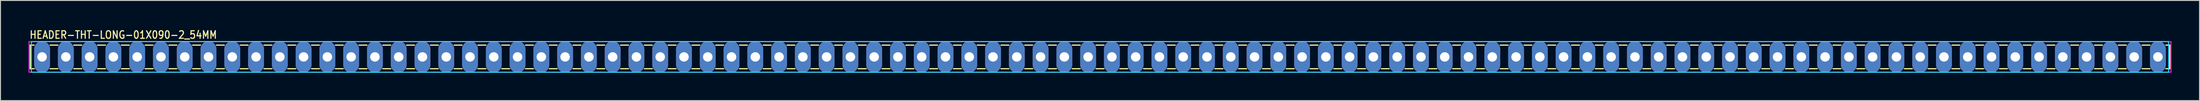
<source format=kicad_pcb>
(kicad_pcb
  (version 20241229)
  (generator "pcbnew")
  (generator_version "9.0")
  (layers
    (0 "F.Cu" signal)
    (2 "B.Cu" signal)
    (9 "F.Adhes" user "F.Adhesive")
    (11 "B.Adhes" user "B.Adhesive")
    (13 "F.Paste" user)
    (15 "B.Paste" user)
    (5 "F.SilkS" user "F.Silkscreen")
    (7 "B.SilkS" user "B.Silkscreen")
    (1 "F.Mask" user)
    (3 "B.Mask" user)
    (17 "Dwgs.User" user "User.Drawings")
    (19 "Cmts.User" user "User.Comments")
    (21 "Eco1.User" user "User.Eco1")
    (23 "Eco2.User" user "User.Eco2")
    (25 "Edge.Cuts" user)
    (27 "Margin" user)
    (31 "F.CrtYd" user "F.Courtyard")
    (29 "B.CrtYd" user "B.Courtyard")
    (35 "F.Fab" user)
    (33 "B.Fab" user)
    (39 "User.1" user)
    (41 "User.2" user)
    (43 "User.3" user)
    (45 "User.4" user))
  (footprint "HEADER-THT-LONG-01X090-2_54MM"
    (layer "F.Cu")
    (at 1.447 3.079)
    (property "Reference" "HEADER-THT-LONG-01X090-2_54MM" (at -1.4 -1.9 0) (unlocked yes) (layer "F.SilkS") (effects (font (size 0.813 0.695) (thickness 0.122)) (justify left bottom)))
    (fp_line (start -1.27 -1.27) (end -1.27 1.27) (stroke (width 0.127) (type solid)) (layer "F.SilkS"))
    (fp_line (start -1.27 1.27) (end -0.85 1.27) (stroke (width 0.127) (type solid)) (layer "F.SilkS"))
    (fp_line (start -0.85 -1.27) (end -1.27 -1.27) (stroke (width 0.127) (type solid)) (layer "F.SilkS"))
    (fp_line (start 0.85 -1.27) (end 1.69 -1.27) (stroke (width 0.127) (type solid)) (layer "F.SilkS"))
    (fp_line (start 0.85 1.27) (end 1.69 1.27) (stroke (width 0.127) (type solid)) (layer "F.SilkS"))
    (fp_line (start 3.39 -1.27) (end 4.23 -1.27) (stroke (width 0.127) (type solid)) (layer "F.SilkS"))
    (fp_line (start 3.39 1.27) (end 4.23 1.27) (stroke (width 0.127) (type solid)) (layer "F.SilkS"))
    (fp_line (start 5.93 -1.27) (end 6.77 -1.27) (stroke (width 0.127) (type solid)) (layer "F.SilkS"))
    (fp_line (start 5.93 1.27) (end 6.77 1.27) (stroke (width 0.127) (type solid)) (layer "F.SilkS"))
    (fp_line (start 8.47 -1.27) (end 9.31 -1.27) (stroke (width 0.127) (type solid)) (layer "F.SilkS"))
    (fp_line (start 8.47 1.27) (end 9.31 1.27) (stroke (width 0.127) (type solid)) (layer "F.SilkS"))
    (fp_line (start 11.01 -1.27) (end 11.85 -1.27) (stroke (width 0.127) (type solid)) (layer "F.SilkS"))
    (fp_line (start 11.01 1.27) (end 11.85 1.27) (stroke (width 0.127) (type solid)) (layer "F.SilkS"))
    (fp_line (start 13.55 -1.27) (end 14.39 -1.27) (stroke (width 0.127) (type solid)) (layer "F.SilkS"))
    (fp_line (start 13.55 1.27) (end 14.39 1.27) (stroke (width 0.127) (type solid)) (layer "F.SilkS"))
    (fp_line (start 16.09 -1.27) (end 16.93 -1.27) (stroke (width 0.127) (type solid)) (layer "F.SilkS"))
    (fp_line (start 16.09 1.27) (end 16.93 1.27) (stroke (width 0.127) (type solid)) (layer "F.SilkS"))
    (fp_line (start 18.63 -1.27) (end 19.47 -1.27) (stroke (width 0.127) (type solid)) (layer "F.SilkS"))
    (fp_line (start 18.63 1.27) (end 19.47 1.27) (stroke (width 0.127) (type solid)) (layer "F.SilkS"))
    (fp_line (start 21.17 -1.27) (end 22.01 -1.27) (stroke (width 0.127) (type solid)) (layer "F.SilkS"))
    (fp_line (start 21.17 1.27) (end 22.01 1.27) (stroke (width 0.127) (type solid)) (layer "F.SilkS"))
    (fp_line (start 23.71 -1.27) (end 24.55 -1.27) (stroke (width 0.127) (type solid)) (layer "F.SilkS"))
    (fp_line (start 23.71 1.27) (end 24.55 1.27) (stroke (width 0.127) (type solid)) (layer "F.SilkS"))
    (fp_line (start 26.25 -1.27) (end 27.09 -1.27) (stroke (width 0.127) (type solid)) (layer "F.SilkS"))
    (fp_line (start 26.25 1.27) (end 27.09 1.27) (stroke (width 0.127) (type solid)) (layer "F.SilkS"))
    (fp_line (start 28.79 -1.27) (end 29.63 -1.27) (stroke (width 0.127) (type solid)) (layer "F.SilkS"))
    (fp_line (start 28.79 1.27) (end 29.63 1.27) (stroke (width 0.127) (type solid)) (layer "F.SilkS"))
    (fp_line (start 31.33 -1.27) (end 32.17 -1.27) (stroke (width 0.127) (type solid)) (layer "F.SilkS"))
    (fp_line (start 31.33 1.27) (end 32.17 1.27) (stroke (width 0.127) (type solid)) (layer "F.SilkS"))
    (fp_line (start 33.87 -1.27) (end 34.71 -1.27) (stroke (width 0.127) (type solid)) (layer "F.SilkS"))
    (fp_line (start 33.87 1.27) (end 34.71 1.27) (stroke (width 0.127) (type solid)) (layer "F.SilkS"))
    (fp_line (start 36.41 -1.27) (end 37.25 -1.27) (stroke (width 0.127) (type solid)) (layer "F.SilkS"))
    (fp_line (start 36.41 1.27) (end 37.25 1.27) (stroke (width 0.127) (type solid)) (layer "F.SilkS"))
    (fp_line (start 38.95 -1.27) (end 39.79 -1.27) (stroke (width 0.127) (type solid)) (layer "F.SilkS"))
    (fp_line (start 38.95 1.27) (end 39.79 1.27) (stroke (width 0.127) (type solid)) (layer "F.SilkS"))
    (fp_line (start 41.49 -1.27) (end 42.33 -1.27) (stroke (width 0.127) (type solid)) (layer "F.SilkS"))
    (fp_line (start 41.49 1.27) (end 42.33 1.27) (stroke (width 0.127) (type solid)) (layer "F.SilkS"))
    (fp_line (start 44.03 -1.27) (end 44.87 -1.27) (stroke (width 0.127) (type solid)) (layer "F.SilkS"))
    (fp_line (start 44.03 1.27) (end 44.87 1.27) (stroke (width 0.127) (type solid)) (layer "F.SilkS"))
    (fp_line (start 46.57 -1.27) (end 47.41 -1.27) (stroke (width 0.127) (type solid)) (layer "F.SilkS"))
    (fp_line (start 46.57 1.27) (end 47.41 1.27) (stroke (width 0.127) (type solid)) (layer "F.SilkS"))
    (fp_line (start 49.11 -1.27) (end 49.95 -1.27) (stroke (width 0.127) (type solid)) (layer "F.SilkS"))
    (fp_line (start 49.11 1.27) (end 49.95 1.27) (stroke (width 0.127) (type solid)) (layer "F.SilkS"))
    (fp_line (start 51.65 -1.27) (end 52.49 -1.27) (stroke (width 0.127) (type solid)) (layer "F.SilkS"))
    (fp_line (start 51.65 1.27) (end 52.49 1.27) (stroke (width 0.127) (type solid)) (layer "F.SilkS"))
    (fp_line (start 54.19 -1.27) (end 55.03 -1.27) (stroke (width 0.127) (type solid)) (layer "F.SilkS"))
    (fp_line (start 54.19 1.27) (end 55.03 1.27) (stroke (width 0.127) (type solid)) (layer "F.SilkS"))
    (fp_line (start 56.73 -1.27) (end 57.57 -1.27) (stroke (width 0.127) (type solid)) (layer "F.SilkS"))
    (fp_line (start 56.73 1.27) (end 57.57 1.27) (stroke (width 0.127) (type solid)) (layer "F.SilkS"))
    (fp_line (start 59.27 -1.27) (end 60.11 -1.27) (stroke (width 0.127) (type solid)) (layer "F.SilkS"))
    (fp_line (start 59.27 1.27) (end 60.11 1.27) (stroke (width 0.127) (type solid)) (layer "F.SilkS"))
    (fp_line (start 61.81 -1.27) (end 62.65 -1.27) (stroke (width 0.127) (type solid)) (layer "F.SilkS"))
    (fp_line (start 61.81 1.27) (end 62.65 1.27) (stroke (width 0.127) (type solid)) (layer "F.SilkS"))
    (fp_line (start 64.35 -1.27) (end 65.19 -1.27) (stroke (width 0.127) (type solid)) (layer "F.SilkS"))
    (fp_line (start 64.35 1.27) (end 65.19 1.27) (stroke (width 0.127) (type solid)) (layer "F.SilkS"))
    (fp_line (start 66.89 -1.27) (end 67.73 -1.27) (stroke (width 0.127) (type solid)) (layer "F.SilkS"))
    (fp_line (start 66.89 1.27) (end 67.73 1.27) (stroke (width 0.127) (type solid)) (layer "F.SilkS"))
    (fp_line (start 69.43 -1.27) (end 70.27 -1.27) (stroke (width 0.127) (type solid)) (layer "F.SilkS"))
    (fp_line (start 69.43 1.27) (end 70.27 1.27) (stroke (width 0.127) (type solid)) (layer "F.SilkS"))
    (fp_line (start 71.97 -1.27) (end 72.81 -1.27) (stroke (width 0.127) (type solid)) (layer "F.SilkS"))
    (fp_line (start 71.97 1.27) (end 72.81 1.27) (stroke (width 0.127) (type solid)) (layer "F.SilkS"))
    (fp_line (start 74.51 -1.27) (end 75.35 -1.27) (stroke (width 0.127) (type solid)) (layer "F.SilkS"))
    (fp_line (start 74.51 1.27) (end 75.35 1.27) (stroke (width 0.127) (type solid)) (layer "F.SilkS"))
    (fp_line (start 77.05 -1.27) (end 77.89 -1.27) (stroke (width 0.127) (type solid)) (layer "F.SilkS"))
    (fp_line (start 77.05 1.27) (end 77.89 1.27) (stroke (width 0.127) (type solid)) (layer "F.SilkS"))
    (fp_line (start 79.59 -1.27) (end 80.43 -1.27) (stroke (width 0.127) (type solid)) (layer "F.SilkS"))
    (fp_line (start 79.59 1.27) (end 80.43 1.27) (stroke (width 0.127) (type solid)) (layer "F.SilkS"))
    (fp_line (start 82.13 -1.27) (end 82.97 -1.27) (stroke (width 0.127) (type solid)) (layer "F.SilkS"))
    (fp_line (start 82.13 1.27) (end 82.97 1.27) (stroke (width 0.127) (type solid)) (layer "F.SilkS"))
    (fp_line (start 84.67 -1.27) (end 85.51 -1.27) (stroke (width 0.127) (type solid)) (layer "F.SilkS"))
    (fp_line (start 84.67 1.27) (end 85.51 1.27) (stroke (width 0.127) (type solid)) (layer "F.SilkS"))
    (fp_line (start 87.21 -1.27) (end 88.05 -1.27) (stroke (width 0.127) (type solid)) (layer "F.SilkS"))
    (fp_line (start 87.21 1.27) (end 88.05 1.27) (stroke (width 0.127) (type solid)) (layer "F.SilkS"))
    (fp_line (start 89.75 -1.27) (end 90.59 -1.27) (stroke (width 0.127) (type solid)) (layer "F.SilkS"))
    (fp_line (start 89.75 1.27) (end 90.59 1.27) (stroke (width 0.127) (type solid)) (layer "F.SilkS"))
    (fp_line (start 92.29 -1.27) (end 93.13 -1.27) (stroke (width 0.127) (type solid)) (layer "F.SilkS"))
    (fp_line (start 92.29 1.27) (end 93.13 1.27) (stroke (width 0.127) (type solid)) (layer "F.SilkS"))
    (fp_line (start 94.83 -1.27) (end 95.67 -1.27) (stroke (width 0.127) (type solid)) (layer "F.SilkS"))
    (fp_line (start 94.83 1.27) (end 95.67 1.27) (stroke (width 0.127) (type solid)) (layer "F.SilkS"))
    (fp_line (start 97.37 -1.27) (end 98.21 -1.27) (stroke (width 0.127) (type solid)) (layer "F.SilkS"))
    (fp_line (start 97.37 1.27) (end 98.21 1.27) (stroke (width 0.127) (type solid)) (layer "F.SilkS"))
    (fp_line (start 99.91 -1.27) (end 100.75 -1.27) (stroke (width 0.127) (type solid)) (layer "F.SilkS"))
    (fp_line (start 99.91 1.27) (end 100.75 1.27) (stroke (width 0.127) (type solid)) (layer "F.SilkS"))
    (fp_line (start 102.45 -1.27) (end 103.29 -1.27) (stroke (width 0.127) (type solid)) (layer "F.SilkS"))
    (fp_line (start 102.45 1.27) (end 103.29 1.27) (stroke (width 0.127) (type solid)) (layer "F.SilkS"))
    (fp_line (start 104.99 -1.27) (end 105.83 -1.27) (stroke (width 0.127) (type solid)) (layer "F.SilkS"))
    (fp_line (start 104.99 1.27) (end 105.83 1.27) (stroke (width 0.127) (type solid)) (layer "F.SilkS"))
    (fp_line (start 107.53 -1.27) (end 108.37 -1.27) (stroke (width 0.127) (type solid)) (layer "F.SilkS"))
    (fp_line (start 107.53 1.27) (end 108.37 1.27) (stroke (width 0.127) (type solid)) (layer "F.SilkS"))
    (fp_line (start 110.07 -1.27) (end 110.91 -1.27) (stroke (width 0.127) (type solid)) (layer "F.SilkS"))
    (fp_line (start 110.07 1.27) (end 110.91 1.27) (stroke (width 0.127) (type solid)) (layer "F.SilkS"))
    (fp_line (start 112.61 -1.27) (end 113.45 -1.27) (stroke (width 0.127) (type solid)) (layer "F.SilkS"))
    (fp_line (start 112.61 1.27) (end 113.45 1.27) (stroke (width 0.127) (type solid)) (layer "F.SilkS"))
    (fp_line (start 115.15 -1.27) (end 115.99 -1.27) (stroke (width 0.127) (type solid)) (layer "F.SilkS"))
    (fp_line (start 115.15 1.27) (end 115.99 1.27) (stroke (width 0.127) (type solid)) (layer "F.SilkS"))
    (fp_line (start 117.69 -1.27) (end 118.53 -1.27) (stroke (width 0.127) (type solid)) (layer "F.SilkS"))
    (fp_line (start 117.69 1.27) (end 118.53 1.27) (stroke (width 0.127) (type solid)) (layer "F.SilkS"))
    (fp_line (start 120.23 -1.27) (end 121.07 -1.27) (stroke (width 0.127) (type solid)) (layer "F.SilkS"))
    (fp_line (start 120.23 1.27) (end 121.07 1.27) (stroke (width 0.127) (type solid)) (layer "F.SilkS"))
    (fp_line (start 122.77 -1.27) (end 123.61 -1.27) (stroke (width 0.127) (type solid)) (layer "F.SilkS"))
    (fp_line (start 122.77 1.27) (end 123.61 1.27) (stroke (width 0.127) (type solid)) (layer "F.SilkS"))
    (fp_line (start 125.31 -1.27) (end 126.15 -1.27) (stroke (width 0.127) (type solid)) (layer "F.SilkS"))
    (fp_line (start 125.31 1.27) (end 126.15 1.27) (stroke (width 0.127) (type solid)) (layer "F.SilkS"))
    (fp_line (start 127.85 -1.27) (end 128.69 -1.27) (stroke (width 0.127) (type solid)) (layer "F.SilkS"))
    (fp_line (start 127.85 1.27) (end 128.69 1.27) (stroke (width 0.127) (type solid)) (layer "F.SilkS"))
    (fp_line (start 130.39 -1.27) (end 131.23 -1.27) (stroke (width 0.127) (type solid)) (layer "F.SilkS"))
    (fp_line (start 130.39 1.27) (end 131.23 1.27) (stroke (width 0.127) (type solid)) (layer "F.SilkS"))
    (fp_line (start 132.93 -1.27) (end 133.77 -1.27) (stroke (width 0.127) (type solid)) (layer "F.SilkS"))
    (fp_line (start 132.93 1.27) (end 133.77 1.27) (stroke (width 0.127) (type solid)) (layer "F.SilkS"))
    (fp_line (start 135.47 -1.27) (end 136.31 -1.27) (stroke (width 0.127) (type solid)) (layer "F.SilkS"))
    (fp_line (start 135.47 1.27) (end 136.31 1.27) (stroke (width 0.127) (type solid)) (layer "F.SilkS"))
    (fp_line (start 138.01 -1.27) (end 138.85 -1.27) (stroke (width 0.127) (type solid)) (layer "F.SilkS"))
    (fp_line (start 138.01 1.27) (end 138.85 1.27) (stroke (width 0.127) (type solid)) (layer "F.SilkS"))
    (fp_line (start 140.55 -1.27) (end 141.39 -1.27) (stroke (width 0.127) (type solid)) (layer "F.SilkS"))
    (fp_line (start 140.55 1.27) (end 141.39 1.27) (stroke (width 0.127) (type solid)) (layer "F.SilkS"))
    (fp_line (start 143.09 -1.27) (end 143.93 -1.27) (stroke (width 0.127) (type solid)) (layer "F.SilkS"))
    (fp_line (start 143.09 1.27) (end 143.93 1.27) (stroke (width 0.127) (type solid)) (layer "F.SilkS"))
    (fp_line (start 145.63 -1.27) (end 146.47 -1.27) (stroke (width 0.127) (type solid)) (layer "F.SilkS"))
    (fp_line (start 145.63 1.27) (end 146.47 1.27) (stroke (width 0.127) (type solid)) (layer "F.SilkS"))
    (fp_line (start 148.17 -1.27) (end 149.01 -1.27) (stroke (width 0.127) (type solid)) (layer "F.SilkS"))
    (fp_line (start 148.17 1.27) (end 149.01 1.27) (stroke (width 0.127) (type solid)) (layer "F.SilkS"))
    (fp_line (start 150.71 -1.27) (end 151.55 -1.27) (stroke (width 0.127) (type solid)) (layer "F.SilkS"))
    (fp_line (start 150.71 1.27) (end 151.55 1.27) (stroke (width 0.127) (type solid)) (layer "F.SilkS"))
    (fp_line (start 153.25 -1.27) (end 154.09 -1.27) (stroke (width 0.127) (type solid)) (layer "F.SilkS"))
    (fp_line (start 153.25 1.27) (end 154.09 1.27) (stroke (width 0.127) (type solid)) (layer "F.SilkS"))
    (fp_line (start 155.79 -1.27) (end 156.63 -1.27) (stroke (width 0.127) (type solid)) (layer "F.SilkS"))
    (fp_line (start 155.79 1.27) (end 156.63 1.27) (stroke (width 0.127) (type solid)) (layer "F.SilkS"))
    (fp_line (start 158.33 -1.27) (end 159.17 -1.27) (stroke (width 0.127) (type solid)) (layer "F.SilkS"))
    (fp_line (start 158.33 1.27) (end 159.17 1.27) (stroke (width 0.127) (type solid)) (layer "F.SilkS"))
    (fp_line (start 160.87 -1.27) (end 161.71 -1.27) (stroke (width 0.127) (type solid)) (layer "F.SilkS"))
    (fp_line (start 160.87 1.27) (end 161.71 1.27) (stroke (width 0.127) (type solid)) (layer "F.SilkS"))
    (fp_line (start 163.41 -1.27) (end 164.25 -1.27) (stroke (width 0.127) (type solid)) (layer "F.SilkS"))
    (fp_line (start 163.41 1.27) (end 164.25 1.27) (stroke (width 0.127) (type solid)) (layer "F.SilkS"))
    (fp_line (start 165.95 -1.27) (end 166.79 -1.27) (stroke (width 0.127) (type solid)) (layer "F.SilkS"))
    (fp_line (start 165.95 1.27) (end 166.79 1.27) (stroke (width 0.127) (type solid)) (layer "F.SilkS"))
    (fp_line (start 168.49 -1.27) (end 169.33 -1.27) (stroke (width 0.127) (type solid)) (layer "F.SilkS"))
    (fp_line (start 168.49 1.27) (end 169.33 1.27) (stroke (width 0.127) (type solid)) (layer "F.SilkS"))
    (fp_line (start 171.03 -1.27) (end 171.87 -1.27) (stroke (width 0.127) (type solid)) (layer "F.SilkS"))
    (fp_line (start 171.03 1.27) (end 171.87 1.27) (stroke (width 0.127) (type solid)) (layer "F.SilkS"))
    (fp_line (start 173.57 -1.27) (end 174.41 -1.27) (stroke (width 0.127) (type solid)) (layer "F.SilkS"))
    (fp_line (start 173.57 1.27) (end 174.41 1.27) (stroke (width 0.127) (type solid)) (layer "F.SilkS"))
    (fp_line (start 176.11 -1.27) (end 176.95 -1.27) (stroke (width 0.127) (type solid)) (layer "F.SilkS"))
    (fp_line (start 176.11 1.27) (end 176.95 1.27) (stroke (width 0.127) (type solid)) (layer "F.SilkS"))
    (fp_line (start 178.65 -1.27) (end 179.49 -1.27) (stroke (width 0.127) (type solid)) (layer "F.SilkS"))
    (fp_line (start 178.65 1.27) (end 179.49 1.27) (stroke (width 0.127) (type solid)) (layer "F.SilkS"))
    (fp_line (start 181.19 -1.27) (end 182.03 -1.27) (stroke (width 0.127) (type solid)) (layer "F.SilkS"))
    (fp_line (start 181.19 1.27) (end 182.03 1.27) (stroke (width 0.127) (type solid)) (layer "F.SilkS"))
    (fp_line (start 183.73 -1.27) (end 184.57 -1.27) (stroke (width 0.127) (type solid)) (layer "F.SilkS"))
    (fp_line (start 183.73 1.27) (end 184.57 1.27) (stroke (width 0.127) (type solid)) (layer "F.SilkS"))
    (fp_line (start 186.27 -1.27) (end 187.11 -1.27) (stroke (width 0.127) (type solid)) (layer "F.SilkS"))
    (fp_line (start 186.27 1.27) (end 187.11 1.27) (stroke (width 0.127) (type solid)) (layer "F.SilkS"))
    (fp_line (start 188.81 -1.27) (end 189.65 -1.27) (stroke (width 0.127) (type solid)) (layer "F.SilkS"))
    (fp_line (start 188.81 1.27) (end 189.65 1.27) (stroke (width 0.127) (type solid)) (layer "F.SilkS"))
    (fp_line (start 191.35 -1.27) (end 192.19 -1.27) (stroke (width 0.127) (type solid)) (layer "F.SilkS"))
    (fp_line (start 191.35 1.27) (end 192.19 1.27) (stroke (width 0.127) (type solid)) (layer "F.SilkS"))
    (fp_line (start 193.89 -1.27) (end 194.73 -1.27) (stroke (width 0.127) (type solid)) (layer "F.SilkS"))
    (fp_line (start 193.89 1.27) (end 194.73 1.27) (stroke (width 0.127) (type solid)) (layer "F.SilkS"))
    (fp_line (start 196.43 -1.27) (end 197.27 -1.27) (stroke (width 0.127) (type solid)) (layer "F.SilkS"))
    (fp_line (start 196.43 1.27) (end 197.27 1.27) (stroke (width 0.127) (type solid)) (layer "F.SilkS"))
    (fp_line (start 198.97 -1.27) (end 199.81 -1.27) (stroke (width 0.127) (type solid)) (layer "F.SilkS"))
    (fp_line (start 198.97 1.27) (end 199.81 1.27) (stroke (width 0.127) (type solid)) (layer "F.SilkS"))
    (fp_line (start 201.51 -1.27) (end 202.35 -1.27) (stroke (width 0.127) (type solid)) (layer "F.SilkS"))
    (fp_line (start 201.51 1.27) (end 202.35 1.27) (stroke (width 0.127) (type solid)) (layer "F.SilkS"))
    (fp_line (start 204.05 -1.27) (end 204.89 -1.27) (stroke (width 0.127) (type solid)) (layer "F.SilkS"))
    (fp_line (start 204.05 1.27) (end 204.89 1.27) (stroke (width 0.127) (type solid)) (layer "F.SilkS"))
    (fp_line (start 206.59 -1.27) (end 207.43 -1.27) (stroke (width 0.127) (type solid)) (layer "F.SilkS"))
    (fp_line (start 206.59 1.27) (end 207.43 1.27) (stroke (width 0.127) (type solid)) (layer "F.SilkS"))
    (fp_line (start 209.13 -1.27) (end 209.97 -1.27) (stroke (width 0.127) (type solid)) (layer "F.SilkS"))
    (fp_line (start 209.13 1.27) (end 209.97 1.27) (stroke (width 0.127) (type solid)) (layer "F.SilkS"))
    (fp_line (start 211.67 -1.27) (end 212.51 -1.27) (stroke (width 0.127) (type solid)) (layer "F.SilkS"))
    (fp_line (start 211.67 1.27) (end 212.51 1.27) (stroke (width 0.127) (type solid)) (layer "F.SilkS"))
    (fp_line (start 214.21 -1.27) (end 215.05 -1.27) (stroke (width 0.127) (type solid)) (layer "F.SilkS"))
    (fp_line (start 214.21 1.27) (end 215.05 1.27) (stroke (width 0.127) (type solid)) (layer "F.SilkS"))
    (fp_line (start 216.75 -1.27) (end 217.59 -1.27) (stroke (width 0.127) (type solid)) (layer "F.SilkS"))
    (fp_line (start 216.75 1.27) (end 217.59 1.27) (stroke (width 0.127) (type solid)) (layer "F.SilkS"))
    (fp_line (start 219.29 -1.27) (end 220.13 -1.27) (stroke (width 0.127) (type solid)) (layer "F.SilkS"))
    (fp_line (start 219.29 1.27) (end 220.13 1.27) (stroke (width 0.127) (type solid)) (layer "F.SilkS"))
    (fp_line (start 221.83 -1.27) (end 222.67 -1.27) (stroke (width 0.127) (type solid)) (layer "F.SilkS"))
    (fp_line (start 221.83 1.27) (end 222.67 1.27) (stroke (width 0.127) (type solid)) (layer "F.SilkS"))
    (fp_line (start 224.37 -1.27) (end 225.21 -1.27) (stroke (width 0.127) (type solid)) (layer "F.SilkS"))
    (fp_line (start 224.37 1.27) (end 225.21 1.27) (stroke (width 0.127) (type solid)) (layer "F.SilkS"))
    (fp_line (start 226.91 -1.27) (end 227.33 -1.27) (stroke (width 0.127) (type solid)) (layer "F.SilkS"))
    (fp_line (start 227.33 -1.27) (end 227.33 1.27) (stroke (width 0.127) (type solid)) (layer "F.SilkS"))
    (fp_line (start 227.33 1.27) (end 226.91 1.27) (stroke (width 0.127) (type solid)) (layer "F.SilkS"))
    (fp_poly (pts (xy -1.143 -1.651) (xy 227.203 -1.651) (xy 227.203 1.651) (xy -1.143 1.651)) (stroke (width 0.1) (type solid)) (fill no) (layer "B.CrtYd"))
    (fp_poly (pts (xy -1.397 -1.651) (xy 227.457 -1.651) (xy 227.457 1.651) (xy -1.397 1.651)) (stroke (width 0.1) (type solid)) (fill no) (layer "F.CrtYd"))
    (pad "P$1" thru_hole oval (at 0 0 90) (size 3.387 1.693) (drill 1.016) (layers "*.Cu" "*.Mask"))
    (pad "P$2" thru_hole oval (at 2.54 0 90) (size 3.387 1.693) (drill 1.016) (layers "*.Cu" "*.Mask"))
    (pad "P$3" thru_hole oval (at 5.08 0 90) (size 3.387 1.693) (drill 1.016) (layers "*.Cu" "*.Mask"))
    (pad "P$4" thru_hole oval (at 7.62 0 90) (size 3.387 1.693) (drill 1.016) (layers "*.Cu" "*.Mask"))
    (pad "P$5" thru_hole oval (at 10.16 0 90) (size 3.387 1.693) (drill 1.016) (layers "*.Cu" "*.Mask"))
    (pad "P$6" thru_hole oval (at 12.7 0 90) (size 3.387 1.693) (drill 1.016) (layers "*.Cu" "*.Mask"))
    (pad "P$7" thru_hole oval (at 15.24 0 90) (size 3.387 1.693) (drill 1.016) (layers "*.Cu" "*.Mask"))
    (pad "P$8" thru_hole oval (at 17.78 0 90) (size 3.387 1.693) (drill 1.016) (layers "*.Cu" "*.Mask"))
    (pad "P$9" thru_hole oval (at 20.32 0 90) (size 3.387 1.693) (drill 1.016) (layers "*.Cu" "*.Mask"))
    (pad "P$10" thru_hole oval (at 22.86 0 90) (size 3.387 1.693) (drill 1.016) (layers "*.Cu" "*.Mask"))
    (pad "P$11" thru_hole oval (at 25.4 0 90) (size 3.387 1.693) (drill 1.016) (layers "*.Cu" "*.Mask"))
    (pad "P$12" thru_hole oval (at 27.94 0 90) (size 3.387 1.693) (drill 1.016) (layers "*.Cu" "*.Mask"))
    (pad "P$13" thru_hole oval (at 30.48 0 90) (size 3.387 1.693) (drill 1.016) (layers "*.Cu" "*.Mask"))
    (pad "P$14" thru_hole oval (at 33.02 0 90) (size 3.387 1.693) (drill 1.016) (layers "*.Cu" "*.Mask"))
    (pad "P$15" thru_hole oval (at 35.56 0 90) (size 3.387 1.693) (drill 1.016) (layers "*.Cu" "*.Mask"))
    (pad "P$16" thru_hole oval (at 38.1 0 90) (size 3.387 1.693) (drill 1.016) (layers "*.Cu" "*.Mask"))
    (pad "P$17" thru_hole oval (at 40.64 0 90) (size 3.387 1.693) (drill 1.016) (layers "*.Cu" "*.Mask"))
    (pad "P$18" thru_hole oval (at 43.18 0 90) (size 3.387 1.693) (drill 1.016) (layers "*.Cu" "*.Mask"))
    (pad "P$19" thru_hole oval (at 45.72 0 90) (size 3.387 1.693) (drill 1.016) (layers "*.Cu" "*.Mask"))
    (pad "P$20" thru_hole oval (at 48.26 0 90) (size 3.387 1.693) (drill 1.016) (layers "*.Cu" "*.Mask"))
    (pad "P$21" thru_hole oval (at 50.8 0 90) (size 3.387 1.693) (drill 1.016) (layers "*.Cu" "*.Mask"))
    (pad "P$22" thru_hole oval (at 53.34 0 90) (size 3.387 1.693) (drill 1.016) (layers "*.Cu" "*.Mask"))
    (pad "P$23" thru_hole oval (at 55.88 0 90) (size 3.387 1.693) (drill 1.016) (layers "*.Cu" "*.Mask"))
    (pad "P$24" thru_hole oval (at 58.42 0 90) (size 3.387 1.693) (drill 1.016) (layers "*.Cu" "*.Mask"))
    (pad "P$25" thru_hole oval (at 60.96 0 90) (size 3.387 1.693) (drill 1.016) (layers "*.Cu" "*.Mask"))
    (pad "P$26" thru_hole oval (at 63.5 0 90) (size 3.387 1.693) (drill 1.016) (layers "*.Cu" "*.Mask"))
    (pad "P$27" thru_hole oval (at 66.04 0 90) (size 3.387 1.693) (drill 1.016) (layers "*.Cu" "*.Mask"))
    (pad "P$28" thru_hole oval (at 68.58 0 90) (size 3.387 1.693) (drill 1.016) (layers "*.Cu" "*.Mask"))
    (pad "P$29" thru_hole oval (at 71.12 0 90) (size 3.387 1.693) (drill 1.016) (layers "*.Cu" "*.Mask"))
    (pad "P$30" thru_hole oval (at 73.66 0 90) (size 3.387 1.693) (drill 1.016) (layers "*.Cu" "*.Mask"))
    (pad "P$31" thru_hole oval (at 76.2 0 90) (size 3.387 1.693) (drill 1.016) (layers "*.Cu" "*.Mask"))
    (pad "P$32" thru_hole oval (at 78.74 0 90) (size 3.387 1.693) (drill 1.016) (layers "*.Cu" "*.Mask"))
    (pad "P$33" thru_hole oval (at 81.28 0 90) (size 3.387 1.693) (drill 1.016) (layers "*.Cu" "*.Mask"))
    (pad "P$34" thru_hole oval (at 83.82 0 90) (size 3.387 1.693) (drill 1.016) (layers "*.Cu" "*.Mask"))
    (pad "P$35" thru_hole oval (at 86.36 0 90) (size 3.387 1.693) (drill 1.016) (layers "*.Cu" "*.Mask"))
    (pad "P$36" thru_hole oval (at 88.9 0 90) (size 3.387 1.693) (drill 1.016) (layers "*.Cu" "*.Mask"))
    (pad "P$37" thru_hole oval (at 91.44 0 90) (size 3.387 1.693) (drill 1.016) (layers "*.Cu" "*.Mask"))
    (pad "P$38" thru_hole oval (at 93.98 0 90) (size 3.387 1.693) (drill 1.016) (layers "*.Cu" "*.Mask"))
    (pad "P$39" thru_hole oval (at 96.52 0 90) (size 3.387 1.693) (drill 1.016) (layers "*.Cu" "*.Mask"))
    (pad "P$40" thru_hole oval (at 99.06 0 90) (size 3.387 1.693) (drill 1.016) (layers "*.Cu" "*.Mask"))
    (pad "P$41" thru_hole oval (at 101.6 0 90) (size 3.387 1.693) (drill 1.016) (layers "*.Cu" "*.Mask"))
    (pad "P$42" thru_hole oval (at 104.14 0 90) (size 3.387 1.693) (drill 1.016) (layers "*.Cu" "*.Mask"))
    (pad "P$43" thru_hole oval (at 106.68 0 90) (size 3.387 1.693) (drill 1.016) (layers "*.Cu" "*.Mask"))
    (pad "P$44" thru_hole oval (at 109.22 0 90) (size 3.387 1.693) (drill 1.016) (layers "*.Cu" "*.Mask"))
    (pad "P$45" thru_hole oval (at 111.76 0 90) (size 3.387 1.693) (drill 1.016) (layers "*.Cu" "*.Mask"))
    (pad "P$46" thru_hole oval (at 114.3 0 90) (size 3.387 1.693) (drill 1.016) (layers "*.Cu" "*.Mask"))
    (pad "P$47" thru_hole oval (at 116.84 0 90) (size 3.387 1.693) (drill 1.016) (layers "*.Cu" "*.Mask"))
    (pad "P$48" thru_hole oval (at 119.38 0 90) (size 3.387 1.693) (drill 1.016) (layers "*.Cu" "*.Mask"))
    (pad "P$49" thru_hole oval (at 121.92 0 90) (size 3.387 1.693) (drill 1.016) (layers "*.Cu" "*.Mask"))
    (pad "P$50" thru_hole oval (at 124.46 0 90) (size 3.387 1.693) (drill 1.016) (layers "*.Cu" "*.Mask"))
    (pad "P$51" thru_hole oval (at 127 0 90) (size 3.387 1.693) (drill 1.016) (layers "*.Cu" "*.Mask"))
    (pad "P$52" thru_hole oval (at 129.54 0 90) (size 3.387 1.693) (drill 1.016) (layers "*.Cu" "*.Mask"))
    (pad "P$53" thru_hole oval (at 132.08 0 90) (size 3.387 1.693) (drill 1.016) (layers "*.Cu" "*.Mask"))
    (pad "P$54" thru_hole oval (at 134.62 0 90) (size 3.387 1.693) (drill 1.016) (layers "*.Cu" "*.Mask"))
    (pad "P$55" thru_hole oval (at 137.16 0 90) (size 3.387 1.693) (drill 1.016) (layers "*.Cu" "*.Mask"))
    (pad "P$56" thru_hole oval (at 139.7 0 90) (size 3.387 1.693) (drill 1.016) (layers "*.Cu" "*.Mask"))
    (pad "P$57" thru_hole oval (at 142.24 0 90) (size 3.387 1.693) (drill 1.016) (layers "*.Cu" "*.Mask"))
    (pad "P$58" thru_hole oval (at 144.78 0 90) (size 3.387 1.693) (drill 1.016) (layers "*.Cu" "*.Mask"))
    (pad "P$59" thru_hole oval (at 147.32 0 90) (size 3.387 1.693) (drill 1.016) (layers "*.Cu" "*.Mask"))
    (pad "P$60" thru_hole oval (at 149.86 0 90) (size 3.387 1.693) (drill 1.016) (layers "*.Cu" "*.Mask"))
    (pad "P$61" thru_hole oval (at 152.4 0 90) (size 3.387 1.693) (drill 1.016) (layers "*.Cu" "*.Mask"))
    (pad "P$62" thru_hole oval (at 154.94 0 90) (size 3.387 1.693) (drill 1.016) (layers "*.Cu" "*.Mask"))
    (pad "P$63" thru_hole oval (at 157.48 0 90) (size 3.387 1.693) (drill 1.016) (layers "*.Cu" "*.Mask"))
    (pad "P$64" thru_hole oval (at 160.02 0 90) (size 3.387 1.693) (drill 1.016) (layers "*.Cu" "*.Mask"))
    (pad "P$65" thru_hole oval (at 162.56 0 90) (size 3.387 1.693) (drill 1.016) (layers "*.Cu" "*.Mask"))
    (pad "P$66" thru_hole oval (at 165.1 0 90) (size 3.387 1.693) (drill 1.016) (layers "*.Cu" "*.Mask"))
    (pad "P$67" thru_hole oval (at 167.64 0 90) (size 3.387 1.693) (drill 1.016) (layers "*.Cu" "*.Mask"))
    (pad "P$68" thru_hole oval (at 170.18 0 90) (size 3.387 1.693) (drill 1.016) (layers "*.Cu" "*.Mask"))
    (pad "P$69" thru_hole oval (at 172.72 0 90) (size 3.387 1.693) (drill 1.016) (layers "*.Cu" "*.Mask"))
    (pad "P$70" thru_hole oval (at 175.26 0 90) (size 3.387 1.693) (drill 1.016) (layers "*.Cu" "*.Mask"))
    (pad "P$71" thru_hole oval (at 177.8 0 90) (size 3.387 1.693) (drill 1.016) (layers "*.Cu" "*.Mask"))
    (pad "P$72" thru_hole oval (at 180.34 0 90) (size 3.387 1.693) (drill 1.016) (layers "*.Cu" "*.Mask"))
    (pad "P$73" thru_hole oval (at 182.88 0 90) (size 3.387 1.693) (drill 1.016) (layers "*.Cu" "*.Mask"))
    (pad "P$74" thru_hole oval (at 185.42 0 90) (size 3.387 1.693) (drill 1.016) (layers "*.Cu" "*.Mask"))
    (pad "P$75" thru_hole oval (at 187.96 0 90) (size 3.387 1.693) (drill 1.016) (layers "*.Cu" "*.Mask"))
    (pad "P$76" thru_hole oval (at 190.5 0 90) (size 3.387 1.693) (drill 1.016) (layers "*.Cu" "*.Mask"))
    (pad "P$77" thru_hole oval (at 193.04 0 90) (size 3.387 1.693) (drill 1.016) (layers "*.Cu" "*.Mask"))
    (pad "P$78" thru_hole oval (at 195.58 0 90) (size 3.387 1.693) (drill 1.016) (layers "*.Cu" "*.Mask"))
    (pad "P$79" thru_hole oval (at 198.12 0 90) (size 3.387 1.693) (drill 1.016) (layers "*.Cu" "*.Mask"))
    (pad "P$80" thru_hole oval (at 200.66 0 90) (size 3.387 1.693) (drill 1.016) (layers "*.Cu" "*.Mask"))
    (pad "P$81" thru_hole oval (at 203.2 0 90) (size 3.387 1.693) (drill 1.016) (layers "*.Cu" "*.Mask"))
    (pad "P$82" thru_hole oval (at 205.74 0 90) (size 3.387 1.693) (drill 1.016) (layers "*.Cu" "*.Mask"))
    (pad "P$83" thru_hole oval (at 208.28 0 90) (size 3.387 1.693) (drill 1.016) (layers "*.Cu" "*.Mask"))
    (pad "P$84" thru_hole oval (at 210.82 0 90) (size 3.387 1.693) (drill 1.016) (layers "*.Cu" "*.Mask"))
    (pad "P$85" thru_hole oval (at 213.36 0 90) (size 3.387 1.693) (drill 1.016) (layers "*.Cu" "*.Mask"))
    (pad "P$86" thru_hole oval (at 215.9 0 90) (size 3.387 1.693) (drill 1.016) (layers "*.Cu" "*.Mask"))
    (pad "P$87" thru_hole oval (at 218.44 0 90) (size 3.387 1.693) (drill 1.016) (layers "*.Cu" "*.Mask"))
    (pad "P$88" thru_hole oval (at 220.98 0 90) (size 3.387 1.693) (drill 1.016) (layers "*.Cu" "*.Mask"))
    (pad "P$89" thru_hole oval (at 223.52 0 90) (size 3.387 1.693) (drill 1.016) (layers "*.Cu" "*.Mask"))
    (pad "P$90" thru_hole oval (at 226.06 0 90) (size 3.387 1.693) (drill 1.016) (layers "*.Cu" "*.Mask")))
  (gr_rect
    (start -3 -3)
    (end 231.954 7.78)
    (stroke (width 0.1) (type default))
    (fill no)
    (layer "Edge.Cuts")))
</source>
